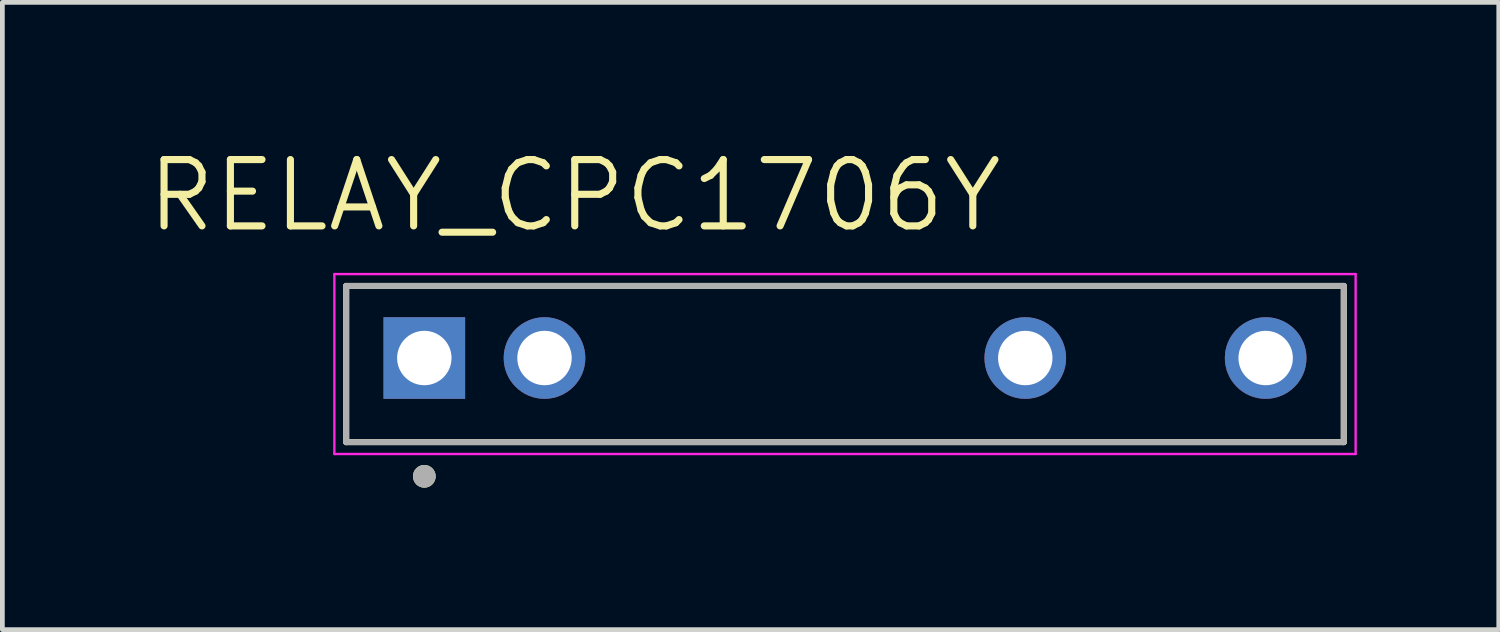
<source format=kicad_pcb>
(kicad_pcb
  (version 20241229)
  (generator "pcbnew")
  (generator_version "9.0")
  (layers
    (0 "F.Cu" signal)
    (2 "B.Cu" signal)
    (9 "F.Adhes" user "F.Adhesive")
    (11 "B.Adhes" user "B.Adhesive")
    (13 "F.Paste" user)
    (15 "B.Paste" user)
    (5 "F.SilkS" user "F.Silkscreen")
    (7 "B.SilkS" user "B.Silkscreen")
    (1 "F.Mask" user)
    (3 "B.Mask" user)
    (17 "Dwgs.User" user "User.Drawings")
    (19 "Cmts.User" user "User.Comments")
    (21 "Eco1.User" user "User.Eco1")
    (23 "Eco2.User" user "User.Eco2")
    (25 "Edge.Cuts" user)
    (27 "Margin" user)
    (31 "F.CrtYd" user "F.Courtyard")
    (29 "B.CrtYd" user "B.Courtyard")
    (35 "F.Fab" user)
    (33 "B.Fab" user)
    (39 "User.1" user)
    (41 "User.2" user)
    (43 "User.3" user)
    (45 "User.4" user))
  (footprint "RELAY_CPC1706Y"
    (layer "F.Cu")
    (at 5.917 4.516)
    (property "Reference" "RELAY_CPC1706Y" (at 3.179 -3.433 0) (layer "F.SilkS") (effects (font (size 1.402 1.402) (thickness 0.15))))
    (attr through_hole)
    (fp_line (start -1.651 -1.524) (end 19.431 -1.524) (stroke (width 0.127) (type solid)) (layer "F.SilkS"))
    (fp_line (start -1.651 1.778) (end -1.651 -1.524) (stroke (width 0.127) (type solid)) (layer "F.SilkS"))
    (fp_line (start 19.431 -1.524) (end 19.431 1.778) (stroke (width 0.127) (type solid)) (layer "F.SilkS"))
    (fp_line (start 19.431 1.778) (end -1.651 1.778) (stroke (width 0.127) (type solid)) (layer "F.SilkS"))
    (fp_circle (center 0 2.5) (end 0.12 2.5) (stroke (width 0.24) (type solid)) (fill no) (layer "F.SilkS"))
    (fp_line (start -1.901 -1.774) (end 19.681 -1.774) (stroke (width 0.05) (type solid)) (layer "F.CrtYd"))
    (fp_line (start -1.901 2.028) (end -1.901 -1.774) (stroke (width 0.05) (type solid)) (layer "F.CrtYd"))
    (fp_line (start 19.681 -1.774) (end 19.681 2.028) (stroke (width 0.05) (type solid)) (layer "F.CrtYd"))
    (fp_line (start 19.681 2.028) (end -1.901 2.028) (stroke (width 0.05) (type solid)) (layer "F.CrtYd"))
    (fp_line (start -1.651 -1.524) (end 19.431 -1.524) (stroke (width 0.127) (type solid)) (layer "F.Fab"))
    (fp_line (start -1.651 1.778) (end -1.651 -1.524) (stroke (width 0.127) (type solid)) (layer "F.Fab"))
    (fp_line (start 19.431 -1.524) (end 19.431 1.778) (stroke (width 0.127) (type solid)) (layer "F.Fab"))
    (fp_line (start 19.431 1.778) (end -1.651 1.778) (stroke (width 0.127) (type solid)) (layer "F.Fab"))
    (fp_circle (center 0 2.5) (end 0.12 2.5) (stroke (width 0.24) (type solid)) (fill no) (layer "F.Fab"))
    (pad "1" thru_hole rect (at 0 0) (size 1.725 1.725) (drill 1.15) (layers "*.Cu" "*.Mask"))
    (pad "2" thru_hole circle (at 2.54 0) (size 1.725 1.725) (drill 1.15) (layers "*.Cu" "*.Mask"))
    (pad "3" thru_hole circle (at 12.7 0) (size 1.725 1.725) (drill 1.15) (layers "*.Cu" "*.Mask"))
    (pad "4" thru_hole circle (at 17.78 0) (size 1.725 1.725) (drill 1.15) (layers "*.Cu" "*.Mask")))
  (gr_rect
    (start -3 -3)
    (end 28.623 10.256)
    (stroke (width 0.1) (type default))
    (fill no)
    (layer "Edge.Cuts")))
</source>
